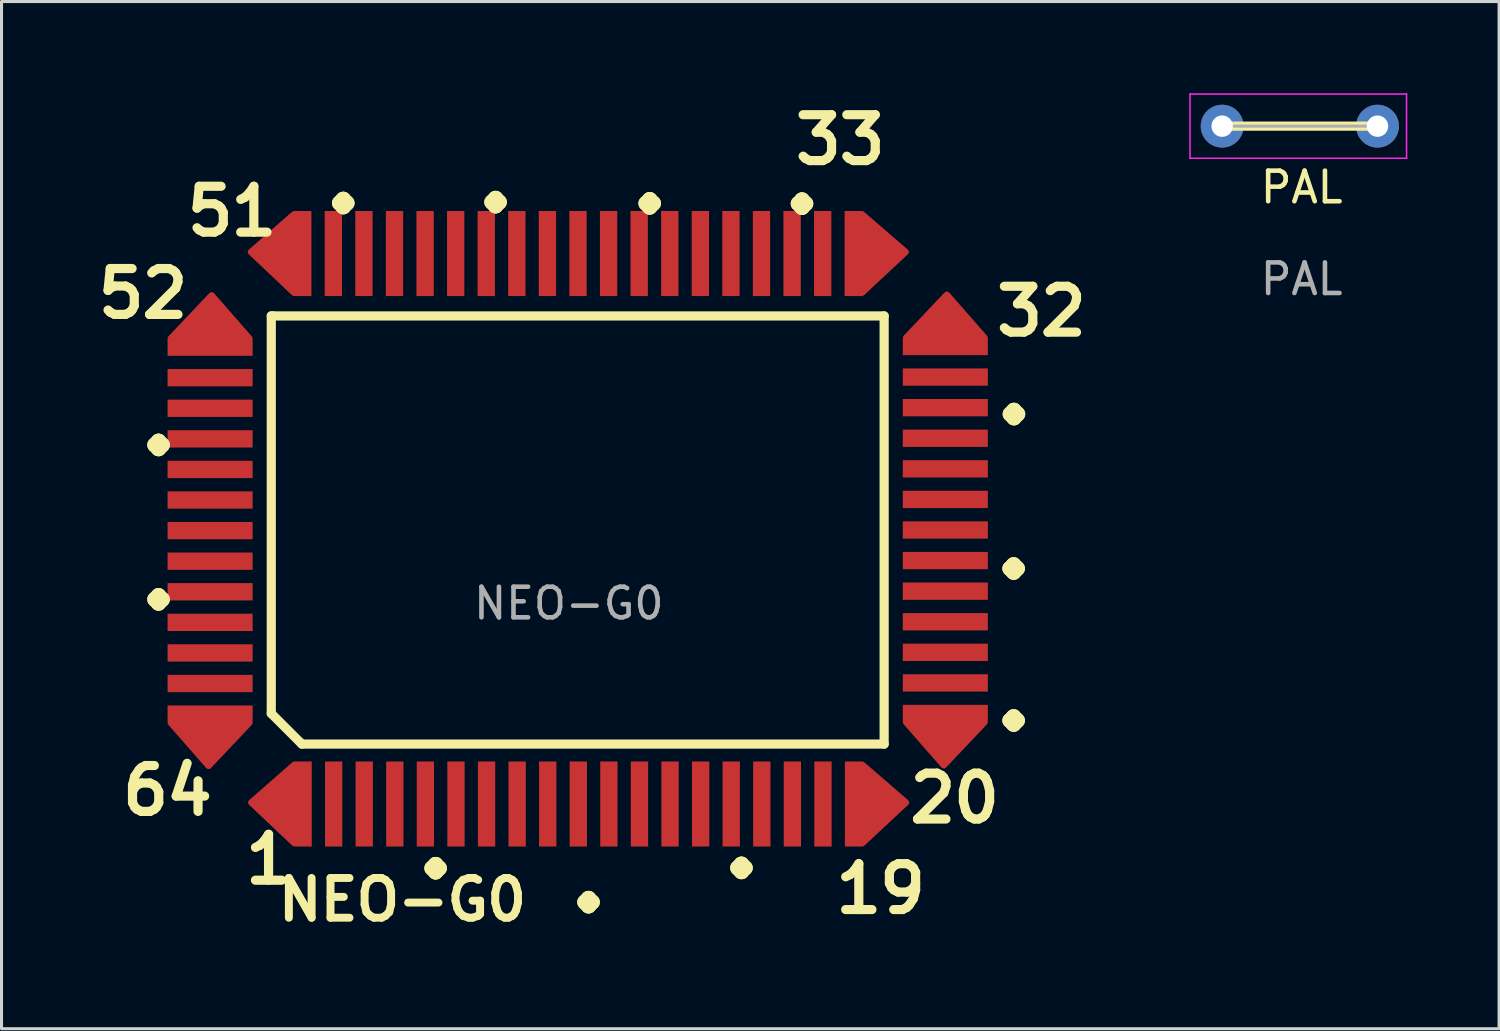
<source format=kicad_pcb>
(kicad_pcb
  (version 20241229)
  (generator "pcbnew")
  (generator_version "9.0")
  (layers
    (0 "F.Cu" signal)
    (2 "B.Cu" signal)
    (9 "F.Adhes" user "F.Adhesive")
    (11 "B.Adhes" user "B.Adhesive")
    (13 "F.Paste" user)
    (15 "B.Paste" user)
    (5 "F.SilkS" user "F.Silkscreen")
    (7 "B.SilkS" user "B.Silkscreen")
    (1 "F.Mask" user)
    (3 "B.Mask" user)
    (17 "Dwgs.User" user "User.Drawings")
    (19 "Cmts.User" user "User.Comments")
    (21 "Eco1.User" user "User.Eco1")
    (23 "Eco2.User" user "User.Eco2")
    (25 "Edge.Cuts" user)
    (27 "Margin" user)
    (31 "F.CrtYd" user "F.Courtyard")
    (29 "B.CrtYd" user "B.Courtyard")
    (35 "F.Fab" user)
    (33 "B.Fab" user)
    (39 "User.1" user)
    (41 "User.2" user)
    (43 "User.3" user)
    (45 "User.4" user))
  (footprint "PAL"
    (layer "F.Cu")
    (at 39.512 3.575)
    (property "Reference" "PAL" (at 0 -0.5 0) (unlocked yes) (layer "F.SilkS") (effects (font (size 1 1) (thickness 0.15))))
    (attr through_hole)
    (fp_line (start -2.62 -2.5) (end 2.45 -2.5) (stroke (width 0.3) (type solid)) (layer "F.SilkS"))
    (fp_line (start -3.65 -3.55) (end -3.65 -1.45) (stroke (width 0.05) (type solid)) (layer "F.CrtYd"))
    (fp_line (start -3.65 -1.45) (end 3.43 -1.45) (stroke (width 0.05) (type solid)) (layer "F.CrtYd"))
    (fp_line (start 3.43 -3.55) (end -3.65 -3.55) (stroke (width 0.05) (type solid)) (layer "F.CrtYd"))
    (fp_line (start 3.43 -1.45) (end 3.43 -3.55) (stroke (width 0.05) (type solid)) (layer "F.CrtYd"))
    (fp_line (start -2.6 -2.5) (end 2.48 -2.5) (stroke (width 0.1) (type solid)) (layer "F.Fab"))
    (fp_text user "${REFERENCE}" (at 0 2.5 0) (unlocked yes) (layer "F.Fab") (effects (font (size 1 1) (thickness 0.15))))
    (pad "1" thru_hole circle (at -2.6 -2.5) (size 1.4 1.4) (drill 0.7) (layers "*.Cu" "*.Mask"))
    (pad "2" thru_hole oval (at 2.48 -2.5) (size 1.4 1.4) (drill 0.7) (layers "*.Cu" "*.Mask")))
  (footprint "NEO-G0"
    (layer "F.Cu")
    (at 15.55 14.18)
    (property "Reference" "NEO-G0" (at -5.44 12.19 0) (unlocked yes) (layer "F.SilkS") (effects (font (size 1.3 1.3) (thickness 0.26) (bold yes))))
    (attr smd)
    (fp_line (start -9.73 -6.9) (end -9.68 -6.9) (stroke (width 0.3) (type default)) (layer "F.SilkS"))
    (fp_line (start -9.73 6.1) (end -9.73 -6.9) (stroke (width 0.3) (type default)) (layer "F.SilkS"))
    (fp_line (start -9.66 -6.9) (end 10.31 -6.9) (stroke (width 0.3) (type default)) (layer "F.SilkS"))
    (fp_line (start -8.73 7.1) (end -9.73 6.1) (stroke (width 0.3) (type default)) (layer "F.SilkS"))
    (fp_line (start 10.31 -6.9) (end 10.31 7.1) (stroke (width 0.3) (type default)) (layer "F.SilkS"))
    (fp_line (start 10.31 7.1) (end -8.73 7.1) (stroke (width 0.3) (type default)) (layer "F.SilkS"))
    (fp_text user "." (at -5.28 11.61 0) (unlocked yes) (layer "F.SilkS") (effects (font (size 2.5 2.5) (thickness 0.5) (bold yes)) (justify left bottom)))
    (fp_text user "." (at 13.62 6.78 0) (unlocked yes) (layer "F.SilkS") (effects (font (size 2.5 2.5) (thickness 0.5) (bold yes)) (justify left bottom)))
    (fp_text user "." (at 4.72 11.6 0) (unlocked yes) (layer "F.SilkS") (effects (font (size 2.5 2.5) (thickness 0.5) (bold yes)) (justify left bottom)))
    (fp_text user "51" (at -12.64 -9.44 0) (unlocked yes) (layer "F.SilkS") (effects (font (size 1.5 1.5) (thickness 0.3) (bold yes)) (justify left bottom)))
    (fp_text user "." (at 13.63 -3.24 0) (unlocked yes) (layer "F.SilkS") (effects (font (size 2.5 2.5) (thickness 0.5) (bold yes)) (justify left bottom)))
    (fp_text user "." (at -3.32 -10.17 0) (unlocked yes) (layer "F.SilkS") (effects (font (size 2.5 2.5) (thickness 0.5) (bold yes)) (justify left bottom)))
    (fp_text user "33" (at 7.25 -11.78 0) (unlocked yes) (layer "F.SilkS") (effects (font (size 1.5 1.5) (thickness 0.3) (bold yes)) (justify left bottom)))
    (fp_text user "." (at 6.7 -10.12 0) (unlocked yes) (layer "F.SilkS") (effects (font (size 2.5 2.5) (thickness 0.5) (bold yes)) (justify left bottom)))
    (fp_text user "52" (at -15.55 -6.75 0) (unlocked yes) (layer "F.SilkS") (effects (font (size 1.5 1.5) (thickness 0.3) (bold yes)) (justify left bottom)))
    (fp_text user "." (at -14.34 -2.23 0) (unlocked yes) (layer "F.SilkS") (effects (font (size 2.5 2.5) (thickness 0.5) (bold yes)) (justify left bottom)))
    (fp_text user "32" (at 13.83 -6.17 0) (unlocked yes) (layer "F.SilkS") (effects (font (size 1.5 1.5) (thickness 0.3) (bold yes)) (justify left bottom)))
    (fp_text user "." (at 13.62 1.81 0) (unlocked yes) (layer "F.SilkS") (effects (font (size 2.5 2.5) (thickness 0.5) (bold yes)) (justify left bottom)))
    (fp_text user "." (at -0.28 12.72 0) (unlocked yes) (layer "F.SilkS") (effects (font (size 2.5 2.5) (thickness 0.5) (bold yes)) (justify left bottom)))
    (fp_text user "." (at 1.72 -10.13 0) (unlocked yes) (layer "F.SilkS") (effects (font (size 2.5 2.5) (thickness 0.5) (bold yes)) (justify left bottom)))
    (fp_text user "1" (at -10.73 11.75 0) (unlocked yes) (layer "F.SilkS") (effects (font (size 1.5 1.5) (thickness 0.3) (bold yes)) (justify left bottom)))
    (fp_text user "19" (at 8.57 12.71 0) (unlocked yes) (layer "F.SilkS") (effects (font (size 1.5 1.5) (thickness 0.3) (bold yes)) (justify left bottom)))
    (fp_text user "." (at -8.3 -10.14 0) (unlocked yes) (layer "F.SilkS") (effects (font (size 2.5 2.5) (thickness 0.5) (bold yes)) (justify left bottom)))
    (fp_text user "64" (at -14.75 9.5 0) (unlocked yes) (layer "F.SilkS") (effects (font (size 1.5 1.5) (thickness 0.3) (bold yes)) (justify left bottom)))
    (fp_text user "." (at -14.34 2.82 0) (unlocked yes) (layer "F.SilkS") (effects (font (size 2.5 2.5) (thickness 0.5) (bold yes)) (justify left bottom)))
    (fp_text user "20" (at 10.99 9.75 0) (unlocked yes) (layer "F.SilkS") (effects (font (size 1.5 1.5) (thickness 0.3) (bold yes)) (justify left bottom)))
    (fp_text user "${REFERENCE}" (at 0 2.5 0) (unlocked yes) (layer "F.Fab") (effects (font (size 1 1) (thickness 0.15))))
    (pad "1" smd custom (at -8.69 9.06 270) (size 2.781 0.566) (layers "F.Cu" "F.Mask" "F.Paste") (options (anchor rect)) (primitives (gr_poly (pts (xy -1.29 0.283) (xy -0.05 1.7) (xy 1.29 0.283)) (width 0.2) (fill yes)) (gr_poly (pts (xy -1.29 0.26) (xy -0.05 1.597) (xy 1.29 0.26)) (width 0.2) (fill yes))))
    (pad "2" smd rect (at -7.69 9.06 270) (size 2.781 0.566) (layers "F.Cu" "F.Mask" "F.Paste"))
    (pad "3" smd rect (at -6.69 9.06 270) (size 2.781 0.566) (layers "F.Cu" "F.Mask" "F.Paste"))
    (pad "4" smd rect (at -5.69 9.06 270) (size 2.781 0.566) (layers "F.Cu" "F.Mask" "F.Paste"))
    (pad "5" smd rect (at -4.69 9.06 270) (size 2.781 0.566) (layers "F.Cu" "F.Mask" "F.Paste"))
    (pad "6" smd rect (at -3.69 9.06 270) (size 2.781 0.566) (layers "F.Cu" "F.Mask" "F.Paste"))
    (pad "7" smd rect (at -2.69 9.06 270) (size 2.781 0.566) (layers "F.Cu" "F.Mask" "F.Paste"))
    (pad "8" smd rect (at -1.69 9.06 270) (size 2.781 0.566) (layers "F.Cu" "F.Mask" "F.Paste"))
    (pad "9" smd rect (at -0.69 9.06 270) (size 2.781 0.566) (layers "F.Cu" "F.Mask" "F.Paste"))
    (pad "10" smd rect (at 0.31 9.06 270) (size 2.781 0.566) (layers "F.Cu" "F.Mask" "F.Paste"))
    (pad "11" smd rect (at 1.31 9.06 270) (size 2.781 0.566) (layers "F.Cu" "F.Mask" "F.Paste"))
    (pad "12" smd rect (at 2.31 9.06 270) (size 2.781 0.566) (layers "F.Cu" "F.Mask" "F.Paste"))
    (pad "13" smd rect (at 3.31 9.06 270) (size 2.781 0.566) (layers "F.Cu" "F.Mask" "F.Paste"))
    (pad "14" smd rect (at 4.31 9.06 270) (size 2.781 0.566) (layers "F.Cu" "F.Mask" "F.Paste"))
    (pad "15" smd rect (at 5.31 9.06 270) (size 2.781 0.566) (layers "F.Cu" "F.Mask" "F.Paste"))
    (pad "16" smd rect (at 6.31 9.06 270) (size 2.781 0.566) (layers "F.Cu" "F.Mask" "F.Paste"))
    (pad "17" smd rect (at 7.31 9.06 270) (size 2.781 0.566) (layers "F.Cu" "F.Mask" "F.Paste"))
    (pad "18" smd rect (at 8.31 9.06 270) (size 2.781 0.566) (layers "F.Cu" "F.Mask" "F.Paste"))
    (pad "19" smd custom (at 9.31 9.06 270) (size 2.781 0.566) (layers "F.Cu" "F.Mask" "F.Paste") (options (anchor rect)) (primitives (gr_poly (pts (xy -1.29 -0.283) (xy -0.05 -1.72) (xy 1.29 -0.283)) (width 0.2) (fill yes)) (gr_poly (pts (xy -1.29 -0.283) (xy -0.05 -1.62) (xy 1.29 -0.283)) (width 0.2) (fill yes))))
    (pad "20" smd custom (at 12.31 6.1) (size 2.781 0.566) (layers "F.Cu" "F.Mask" "F.Paste") (options (anchor rect)) (primitives (gr_poly (pts (xy -1.29 0.283) (xy -0.05 1.7) (xy 1.29 0.283)) (width 0.2) (fill yes)) (gr_poly (pts (xy -1.29 0.26) (xy -0.05 1.597) (xy 1.29 0.26)) (width 0.2) (fill yes))))
    (pad "21" smd rect (at 12.31 5.1) (size 2.781 0.566) (layers "F.Cu" "F.Mask" "F.Paste"))
    (pad "22" smd rect (at 12.31 4.1) (size 2.781 0.566) (layers "F.Cu" "F.Mask" "F.Paste"))
    (pad "23" smd rect (at 12.31 3.1) (size 2.781 0.566) (layers "F.Cu" "F.Mask" "F.Paste"))
    (pad "24" smd rect (at 12.31 2.1) (size 2.781 0.566) (layers "F.Cu" "F.Mask" "F.Paste"))
    (pad "25" smd rect (at 12.31 1.1) (size 2.781 0.566) (layers "F.Cu" "F.Mask" "F.Paste"))
    (pad "26" smd rect (at 12.31 0.1) (size 2.781 0.566) (layers "F.Cu" "F.Mask" "F.Paste"))
    (pad "27" smd rect (at 12.31 -0.9) (size 2.781 0.566) (layers "F.Cu" "F.Mask" "F.Paste"))
    (pad "28" smd rect (at 12.31 -1.9) (size 2.781 0.566) (layers "F.Cu" "F.Mask" "F.Paste"))
    (pad "29" smd rect (at 12.31 -2.9) (size 2.781 0.566) (layers "F.Cu" "F.Mask" "F.Paste"))
    (pad "30" smd rect (at 12.31 -3.9) (size 2.781 0.566) (layers "F.Cu" "F.Mask" "F.Paste"))
    (pad "31" smd rect (at 12.31 -4.9) (size 2.781 0.566) (layers "F.Cu" "F.Mask" "F.Paste"))
    (pad "32" smd custom (at 12.31 -5.9 180) (size 2.781 0.566) (layers "F.Cu" "F.Mask" "F.Paste") (options (anchor rect)) (primitives (gr_poly (pts (xy -1.29 0.283) (xy -0.05 1.7) (xy 1.29 0.283)) (width 0.2) (fill yes)) (gr_poly (pts (xy -1.29 0.26) (xy -0.05 1.597) (xy 1.29 0.26)) (width 0.2) (fill yes))))
    (pad "33" smd custom (at 9.3 -8.94 270) (size 2.781 0.566) (layers "F.Cu" "F.Mask" "F.Paste") (options (anchor rect)) (primitives (gr_poly (pts (xy -1.29 -0.283) (xy -0.05 -1.72) (xy 1.29 -0.283)) (width 0.2) (fill yes)) (gr_poly (pts (xy -1.29 -0.283) (xy -0.05 -1.62) (xy 1.29 -0.283)) (width 0.2) (fill yes))))
    (pad "34" smd rect (at 8.3 -8.94 270) (size 2.781 0.566) (layers "F.Cu" "F.Mask" "F.Paste"))
    (pad "35" smd rect (at 7.3 -8.94 270) (size 2.781 0.566) (layers "F.Cu" "F.Mask" "F.Paste"))
    (pad "36" smd rect (at 6.3 -8.94 270) (size 2.781 0.566) (layers "F.Cu" "F.Mask" "F.Paste"))
    (pad "37" smd rect (at 5.3 -8.94 270) (size 2.781 0.566) (layers "F.Cu" "F.Mask" "F.Paste"))
    (pad "38" smd rect (at 4.3 -8.94 270) (size 2.781 0.566) (layers "F.Cu" "F.Mask" "F.Paste"))
    (pad "39" smd rect (at 3.3 -8.94 270) (size 2.781 0.566) (layers "F.Cu" "F.Mask" "F.Paste"))
    (pad "40" smd rect (at 2.3 -8.94 270) (size 2.781 0.566) (layers "F.Cu" "F.Mask" "F.Paste"))
    (pad "41" smd rect (at 1.3 -8.94 270) (size 2.781 0.566) (layers "F.Cu" "F.Mask" "F.Paste"))
    (pad "42" smd rect (at 0.3 -8.94 270) (size 2.781 0.566) (layers "F.Cu" "F.Mask" "F.Paste"))
    (pad "43" smd rect (at -0.7 -8.94 270) (size 2.781 0.566) (layers "F.Cu" "F.Mask" "F.Paste"))
    (pad "44" smd rect (at -1.7 -8.94 270) (size 2.781 0.566) (layers "F.Cu" "F.Mask" "F.Paste"))
    (pad "45" smd rect (at -2.7 -8.94 270) (size 2.781 0.566) (layers "F.Cu" "F.Mask" "F.Paste"))
    (pad "46" smd rect (at -3.7 -8.94 270) (size 2.781 0.566) (layers "F.Cu" "F.Mask" "F.Paste"))
    (pad "47" smd rect (at -4.7 -8.94 270) (size 2.781 0.566) (layers "F.Cu" "F.Mask" "F.Paste"))
    (pad "48" smd rect (at -5.7 -8.94 270) (size 2.781 0.566) (layers "F.Cu" "F.Mask" "F.Paste"))
    (pad "49" smd rect (at -6.7 -8.94 270) (size 2.781 0.566) (layers "F.Cu" "F.Mask" "F.Paste"))
    (pad "50" smd rect (at -7.7 -8.94 270) (size 2.781 0.566) (layers "F.Cu" "F.Mask" "F.Paste"))
    (pad "51" smd custom (at -8.7 -8.94 270) (size 2.781 0.566) (layers "F.Cu" "F.Mask" "F.Paste") (options (anchor rect)) (primitives (gr_poly (pts (xy -1.29 0.283) (xy -0.05 1.7) (xy 1.29 0.283)) (width 0.2) (fill yes)) (gr_poly (pts (xy -1.29 0.26) (xy -0.05 1.597) (xy 1.29 0.26)) (width 0.2) (fill yes))))
    (pad "52" smd custom (at -11.73 -5.88 180) (size 2.781 0.566) (layers "F.Cu" "F.Mask" "F.Paste") (options (anchor rect)) (primitives (gr_poly (pts (xy -1.29 0.283) (xy -0.05 1.7) (xy 1.29 0.283)) (width 0.2) (fill yes)) (gr_poly (pts (xy -1.29 0.26) (xy -0.05 1.597) (xy 1.29 0.26)) (width 0.2) (fill yes))))
    (pad "53" smd rect (at -11.73 -4.88) (size 2.781 0.566) (layers "F.Cu" "F.Mask" "F.Paste"))
    (pad "54" smd rect (at -11.73 -3.88) (size 2.781 0.566) (layers "F.Cu" "F.Mask" "F.Paste"))
    (pad "55" smd rect (at -11.73 -2.88) (size 2.781 0.566) (layers "F.Cu" "F.Mask" "F.Paste"))
    (pad "56" smd rect (at -11.73 -1.88) (size 2.781 0.566) (layers "F.Cu" "F.Mask" "F.Paste"))
    (pad "57" smd rect (at -11.73 -0.88) (size 2.781 0.566) (layers "F.Cu" "F.Mask" "F.Paste"))
    (pad "58" smd rect (at -11.73 0.12) (size 2.781 0.566) (layers "F.Cu" "F.Mask" "F.Paste"))
    (pad "59" smd rect (at -11.73 1.12) (size 2.781 0.566) (layers "F.Cu" "F.Mask" "F.Paste"))
    (pad "60" smd rect (at -11.73 2.12) (size 2.781 0.566) (layers "F.Cu" "F.Mask" "F.Paste"))
    (pad "61" smd rect (at -11.73 3.12) (size 2.781 0.566) (layers "F.Cu" "F.Mask" "F.Paste"))
    (pad "62" smd rect (at -11.73 4.12) (size 2.781 0.566) (layers "F.Cu" "F.Mask" "F.Paste"))
    (pad "63" smd rect (at -11.73 5.12) (size 2.781 0.566) (layers "F.Cu" "F.Mask" "F.Paste"))
    (pad "64" smd custom (at -11.73 6.12) (size 2.781 0.566) (layers "F.Cu" "F.Mask" "F.Paste") (options (anchor rect)) (primitives (gr_poly (pts (xy -1.29 0.283) (xy -0.05 1.7) (xy 1.29 0.283)) (width 0.2) (fill yes)) (gr_poly (pts (xy -1.29 0.26) (xy -0.05 1.597) (xy 1.29 0.26)) (width 0.2) (fill yes)))))
  (gr_rect
    (start -3 -3)
    (end 45.967 30.587)
    (stroke (width 0.1) (type default))
    (fill no)
    (layer "Edge.Cuts")))
</source>
